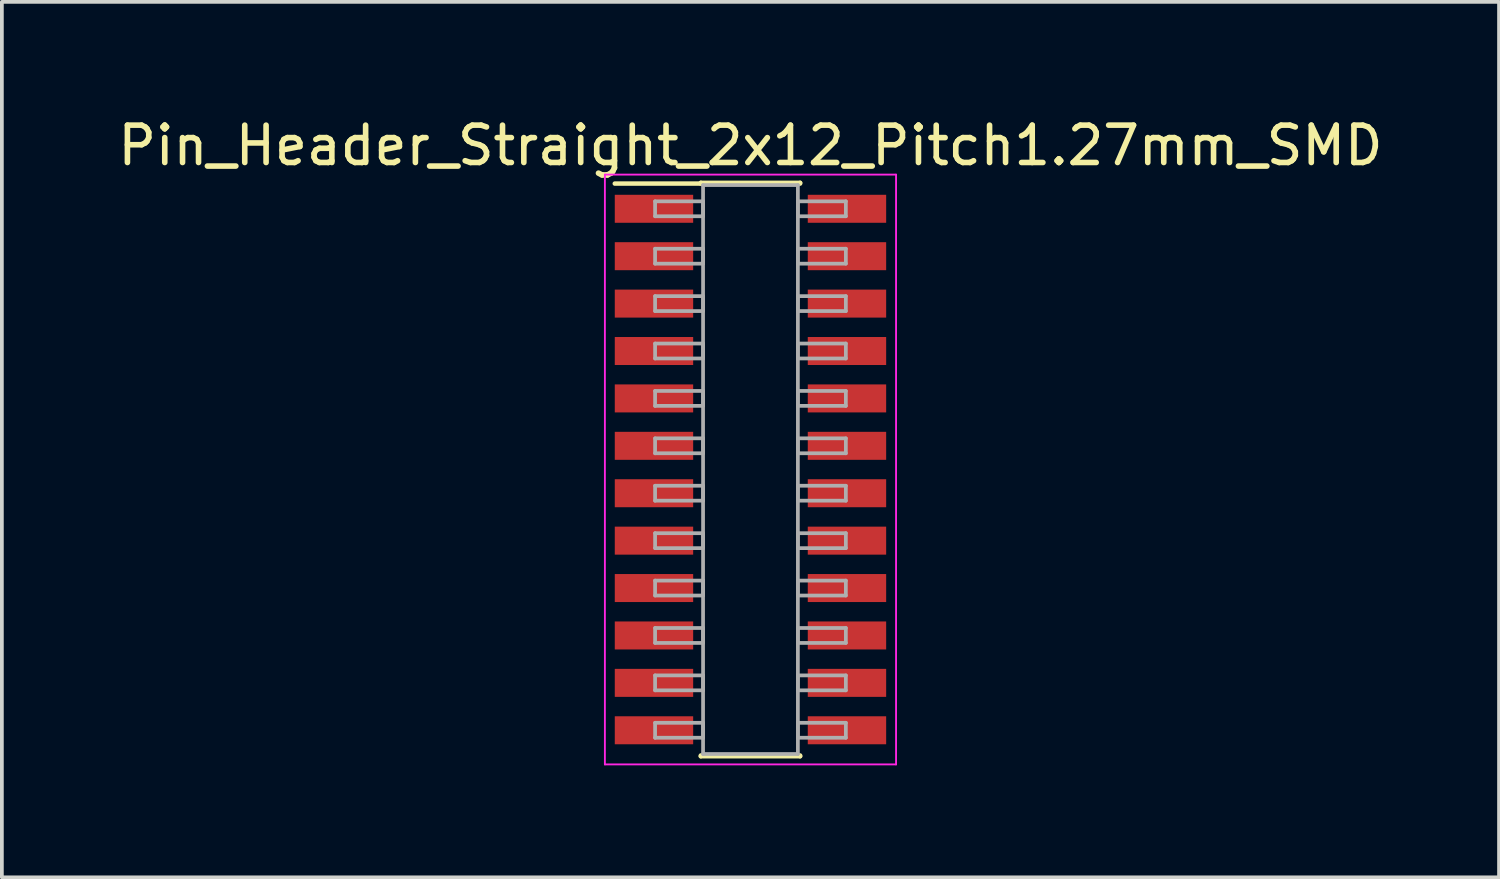
<source format=kicad_pcb>
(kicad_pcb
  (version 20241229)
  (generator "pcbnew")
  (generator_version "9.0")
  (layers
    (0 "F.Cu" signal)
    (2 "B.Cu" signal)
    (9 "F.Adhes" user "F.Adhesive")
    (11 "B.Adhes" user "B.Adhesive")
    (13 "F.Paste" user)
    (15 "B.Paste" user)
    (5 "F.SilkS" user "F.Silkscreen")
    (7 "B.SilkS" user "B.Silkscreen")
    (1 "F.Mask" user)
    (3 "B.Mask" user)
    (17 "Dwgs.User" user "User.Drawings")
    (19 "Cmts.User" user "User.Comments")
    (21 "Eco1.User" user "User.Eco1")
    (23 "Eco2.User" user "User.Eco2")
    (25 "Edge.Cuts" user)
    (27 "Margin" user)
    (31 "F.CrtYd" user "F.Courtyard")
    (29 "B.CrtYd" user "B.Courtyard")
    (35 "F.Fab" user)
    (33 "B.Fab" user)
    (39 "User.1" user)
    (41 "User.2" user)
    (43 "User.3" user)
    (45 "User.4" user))
  (footprint "Pin_Header_Straight_2x12_Pitch1.27mm_SMD"
    (layer "F.Cu")
    (at 17.054 9.528)
    (property "Reference" "Pin_Header_Straight_2x12_Pitch1.27mm_SMD" (at 0 -8.68 0) (layer "F.SilkS") (effects (font (size 1 1) (thickness 0.15))))
    (attr smd)
    (fp_line (start -3.635 -7.66) (end -1.33 -7.66) (stroke (width 0.12) (type solid)) (layer "F.SilkS"))
    (fp_line (start -1.33 -7.68) (end 1.33 -7.68) (stroke (width 0.12) (type solid)) (layer "F.SilkS"))
    (fp_line (start -1.33 -7.66) (end -1.33 -7.68) (stroke (width 0.12) (type solid)) (layer "F.SilkS"))
    (fp_line (start -1.33 7.66) (end -1.33 7.68) (stroke (width 0.12) (type solid)) (layer "F.SilkS"))
    (fp_line (start -1.33 7.68) (end 1.33 7.68) (stroke (width 0.12) (type solid)) (layer "F.SilkS"))
    (fp_line (start 1.33 -7.68) (end 1.33 -7.66) (stroke (width 0.12) (type solid)) (layer "F.SilkS"))
    (fp_line (start 1.33 7.68) (end 1.33 7.66) (stroke (width 0.12) (type solid)) (layer "F.SilkS"))
    (fp_line (start -3.9 -7.9) (end -3.9 7.9) (stroke (width 0.05) (type solid)) (layer "F.CrtYd"))
    (fp_line (start -3.9 7.9) (end 3.9 7.9) (stroke (width 0.05) (type solid)) (layer "F.CrtYd"))
    (fp_line (start 3.9 -7.9) (end -3.9 -7.9) (stroke (width 0.05) (type solid)) (layer "F.CrtYd"))
    (fp_line (start 3.9 7.9) (end 3.9 -7.9) (stroke (width 0.05) (type solid)) (layer "F.CrtYd"))
    (fp_line (start -2.555 -7.185) (end -1.27 -7.185) (stroke (width 0.1) (type solid)) (layer "F.Fab"))
    (fp_line (start -2.555 -6.785) (end -2.555 -7.185) (stroke (width 0.1) (type solid)) (layer "F.Fab"))
    (fp_line (start -2.555 -5.915) (end -1.27 -5.915) (stroke (width 0.1) (type solid)) (layer "F.Fab"))
    (fp_line (start -2.555 -5.515) (end -2.555 -5.915) (stroke (width 0.1) (type solid)) (layer "F.Fab"))
    (fp_line (start -2.555 -4.645) (end -1.27 -4.645) (stroke (width 0.1) (type solid)) (layer "F.Fab"))
    (fp_line (start -2.555 -4.245) (end -2.555 -4.645) (stroke (width 0.1) (type solid)) (layer "F.Fab"))
    (fp_line (start -2.555 -3.375) (end -1.27 -3.375) (stroke (width 0.1) (type solid)) (layer "F.Fab"))
    (fp_line (start -2.555 -2.975) (end -2.555 -3.375) (stroke (width 0.1) (type solid)) (layer "F.Fab"))
    (fp_line (start -2.555 -2.105) (end -1.27 -2.105) (stroke (width 0.1) (type solid)) (layer "F.Fab"))
    (fp_line (start -2.555 -1.705) (end -2.555 -2.105) (stroke (width 0.1) (type solid)) (layer "F.Fab"))
    (fp_line (start -2.555 -0.835) (end -1.27 -0.835) (stroke (width 0.1) (type solid)) (layer "F.Fab"))
    (fp_line (start -2.555 -0.435) (end -2.555 -0.835) (stroke (width 0.1) (type solid)) (layer "F.Fab"))
    (fp_line (start -2.555 0.435) (end -1.27 0.435) (stroke (width 0.1) (type solid)) (layer "F.Fab"))
    (fp_line (start -2.555 0.835) (end -2.555 0.435) (stroke (width 0.1) (type solid)) (layer "F.Fab"))
    (fp_line (start -2.555 1.705) (end -1.27 1.705) (stroke (width 0.1) (type solid)) (layer "F.Fab"))
    (fp_line (start -2.555 2.105) (end -2.555 1.705) (stroke (width 0.1) (type solid)) (layer "F.Fab"))
    (fp_line (start -2.555 2.975) (end -1.27 2.975) (stroke (width 0.1) (type solid)) (layer "F.Fab"))
    (fp_line (start -2.555 3.375) (end -2.555 2.975) (stroke (width 0.1) (type solid)) (layer "F.Fab"))
    (fp_line (start -2.555 4.245) (end -1.27 4.245) (stroke (width 0.1) (type solid)) (layer "F.Fab"))
    (fp_line (start -2.555 4.645) (end -2.555 4.245) (stroke (width 0.1) (type solid)) (layer "F.Fab"))
    (fp_line (start -2.555 5.515) (end -1.27 5.515) (stroke (width 0.1) (type solid)) (layer "F.Fab"))
    (fp_line (start -2.555 5.915) (end -2.555 5.515) (stroke (width 0.1) (type solid)) (layer "F.Fab"))
    (fp_line (start -2.555 6.785) (end -1.27 6.785) (stroke (width 0.1) (type solid)) (layer "F.Fab"))
    (fp_line (start -2.555 7.185) (end -2.555 6.785) (stroke (width 0.1) (type solid)) (layer "F.Fab"))
    (fp_line (start -1.27 -7.62) (end -1.27 7.62) (stroke (width 0.1) (type solid)) (layer "F.Fab"))
    (fp_line (start -1.27 -7.185) (end -1.27 -6.785) (stroke (width 0.1) (type solid)) (layer "F.Fab"))
    (fp_line (start -1.27 -6.785) (end -2.555 -6.785) (stroke (width 0.1) (type solid)) (layer "F.Fab"))
    (fp_line (start -1.27 -5.915) (end -1.27 -5.515) (stroke (width 0.1) (type solid)) (layer "F.Fab"))
    (fp_line (start -1.27 -5.515) (end -2.555 -5.515) (stroke (width 0.1) (type solid)) (layer "F.Fab"))
    (fp_line (start -1.27 -4.645) (end -1.27 -4.245) (stroke (width 0.1) (type solid)) (layer "F.Fab"))
    (fp_line (start -1.27 -4.245) (end -2.555 -4.245) (stroke (width 0.1) (type solid)) (layer "F.Fab"))
    (fp_line (start -1.27 -3.375) (end -1.27 -2.975) (stroke (width 0.1) (type solid)) (layer "F.Fab"))
    (fp_line (start -1.27 -2.975) (end -2.555 -2.975) (stroke (width 0.1) (type solid)) (layer "F.Fab"))
    (fp_line (start -1.27 -2.105) (end -1.27 -1.705) (stroke (width 0.1) (type solid)) (layer "F.Fab"))
    (fp_line (start -1.27 -1.705) (end -2.555 -1.705) (stroke (width 0.1) (type solid)) (layer "F.Fab"))
    (fp_line (start -1.27 -0.835) (end -1.27 -0.435) (stroke (width 0.1) (type solid)) (layer "F.Fab"))
    (fp_line (start -1.27 -0.435) (end -2.555 -0.435) (stroke (width 0.1) (type solid)) (layer "F.Fab"))
    (fp_line (start -1.27 0.435) (end -1.27 0.835) (stroke (width 0.1) (type solid)) (layer "F.Fab"))
    (fp_line (start -1.27 0.835) (end -2.555 0.835) (stroke (width 0.1) (type solid)) (layer "F.Fab"))
    (fp_line (start -1.27 1.705) (end -1.27 2.105) (stroke (width 0.1) (type solid)) (layer "F.Fab"))
    (fp_line (start -1.27 2.105) (end -2.555 2.105) (stroke (width 0.1) (type solid)) (layer "F.Fab"))
    (fp_line (start -1.27 2.975) (end -1.27 3.375) (stroke (width 0.1) (type solid)) (layer "F.Fab"))
    (fp_line (start -1.27 3.375) (end -2.555 3.375) (stroke (width 0.1) (type solid)) (layer "F.Fab"))
    (fp_line (start -1.27 4.245) (end -1.27 4.645) (stroke (width 0.1) (type solid)) (layer "F.Fab"))
    (fp_line (start -1.27 4.645) (end -2.555 4.645) (stroke (width 0.1) (type solid)) (layer "F.Fab"))
    (fp_line (start -1.27 5.515) (end -1.27 5.915) (stroke (width 0.1) (type solid)) (layer "F.Fab"))
    (fp_line (start -1.27 5.915) (end -2.555 5.915) (stroke (width 0.1) (type solid)) (layer "F.Fab"))
    (fp_line (start -1.27 6.785) (end -1.27 7.185) (stroke (width 0.1) (type solid)) (layer "F.Fab"))
    (fp_line (start -1.27 7.185) (end -2.555 7.185) (stroke (width 0.1) (type solid)) (layer "F.Fab"))
    (fp_line (start -1.27 7.62) (end 1.27 7.62) (stroke (width 0.1) (type solid)) (layer "F.Fab"))
    (fp_line (start 1.27 -7.62) (end -1.27 -7.62) (stroke (width 0.1) (type solid)) (layer "F.Fab"))
    (fp_line (start 1.27 -7.185) (end 1.27 -6.785) (stroke (width 0.1) (type solid)) (layer "F.Fab"))
    (fp_line (start 1.27 -6.785) (end 2.555 -6.785) (stroke (width 0.1) (type solid)) (layer "F.Fab"))
    (fp_line (start 1.27 -5.915) (end 1.27 -5.515) (stroke (width 0.1) (type solid)) (layer "F.Fab"))
    (fp_line (start 1.27 -5.515) (end 2.555 -5.515) (stroke (width 0.1) (type solid)) (layer "F.Fab"))
    (fp_line (start 1.27 -4.645) (end 1.27 -4.245) (stroke (width 0.1) (type solid)) (layer "F.Fab"))
    (fp_line (start 1.27 -4.245) (end 2.555 -4.245) (stroke (width 0.1) (type solid)) (layer "F.Fab"))
    (fp_line (start 1.27 -3.375) (end 1.27 -2.975) (stroke (width 0.1) (type solid)) (layer "F.Fab"))
    (fp_line (start 1.27 -2.975) (end 2.555 -2.975) (stroke (width 0.1) (type solid)) (layer "F.Fab"))
    (fp_line (start 1.27 -2.105) (end 1.27 -1.705) (stroke (width 0.1) (type solid)) (layer "F.Fab"))
    (fp_line (start 1.27 -1.705) (end 2.555 -1.705) (stroke (width 0.1) (type solid)) (layer "F.Fab"))
    (fp_line (start 1.27 -0.835) (end 1.27 -0.435) (stroke (width 0.1) (type solid)) (layer "F.Fab"))
    (fp_line (start 1.27 -0.435) (end 2.555 -0.435) (stroke (width 0.1) (type solid)) (layer "F.Fab"))
    (fp_line (start 1.27 0.435) (end 1.27 0.835) (stroke (width 0.1) (type solid)) (layer "F.Fab"))
    (fp_line (start 1.27 0.835) (end 2.555 0.835) (stroke (width 0.1) (type solid)) (layer "F.Fab"))
    (fp_line (start 1.27 1.705) (end 1.27 2.105) (stroke (width 0.1) (type solid)) (layer "F.Fab"))
    (fp_line (start 1.27 2.105) (end 2.555 2.105) (stroke (width 0.1) (type solid)) (layer "F.Fab"))
    (fp_line (start 1.27 2.975) (end 1.27 3.375) (stroke (width 0.1) (type solid)) (layer "F.Fab"))
    (fp_line (start 1.27 3.375) (end 2.555 3.375) (stroke (width 0.1) (type solid)) (layer "F.Fab"))
    (fp_line (start 1.27 4.245) (end 1.27 4.645) (stroke (width 0.1) (type solid)) (layer "F.Fab"))
    (fp_line (start 1.27 4.645) (end 2.555 4.645) (stroke (width 0.1) (type solid)) (layer "F.Fab"))
    (fp_line (start 1.27 5.515) (end 1.27 5.915) (stroke (width 0.1) (type solid)) (layer "F.Fab"))
    (fp_line (start 1.27 5.915) (end 2.555 5.915) (stroke (width 0.1) (type solid)) (layer "F.Fab"))
    (fp_line (start 1.27 6.785) (end 1.27 7.185) (stroke (width 0.1) (type solid)) (layer "F.Fab"))
    (fp_line (start 1.27 7.185) (end 2.555 7.185) (stroke (width 0.1) (type solid)) (layer "F.Fab"))
    (fp_line (start 1.27 7.62) (end 1.27 -7.62) (stroke (width 0.1) (type solid)) (layer "F.Fab"))
    (fp_line (start 2.555 -7.185) (end 1.27 -7.185) (stroke (width 0.1) (type solid)) (layer "F.Fab"))
    (fp_line (start 2.555 -6.785) (end 2.555 -7.185) (stroke (width 0.1) (type solid)) (layer "F.Fab"))
    (fp_line (start 2.555 -5.915) (end 1.27 -5.915) (stroke (width 0.1) (type solid)) (layer "F.Fab"))
    (fp_line (start 2.555 -5.515) (end 2.555 -5.915) (stroke (width 0.1) (type solid)) (layer "F.Fab"))
    (fp_line (start 2.555 -4.645) (end 1.27 -4.645) (stroke (width 0.1) (type solid)) (layer "F.Fab"))
    (fp_line (start 2.555 -4.245) (end 2.555 -4.645) (stroke (width 0.1) (type solid)) (layer "F.Fab"))
    (fp_line (start 2.555 -3.375) (end 1.27 -3.375) (stroke (width 0.1) (type solid)) (layer "F.Fab"))
    (fp_line (start 2.555 -2.975) (end 2.555 -3.375) (stroke (width 0.1) (type solid)) (layer "F.Fab"))
    (fp_line (start 2.555 -2.105) (end 1.27 -2.105) (stroke (width 0.1) (type solid)) (layer "F.Fab"))
    (fp_line (start 2.555 -1.705) (end 2.555 -2.105) (stroke (width 0.1) (type solid)) (layer "F.Fab"))
    (fp_line (start 2.555 -0.835) (end 1.27 -0.835) (stroke (width 0.1) (type solid)) (layer "F.Fab"))
    (fp_line (start 2.555 -0.435) (end 2.555 -0.835) (stroke (width 0.1) (type solid)) (layer "F.Fab"))
    (fp_line (start 2.555 0.435) (end 1.27 0.435) (stroke (width 0.1) (type solid)) (layer "F.Fab"))
    (fp_line (start 2.555 0.835) (end 2.555 0.435) (stroke (width 0.1) (type solid)) (layer "F.Fab"))
    (fp_line (start 2.555 1.705) (end 1.27 1.705) (stroke (width 0.1) (type solid)) (layer "F.Fab"))
    (fp_line (start 2.555 2.105) (end 2.555 1.705) (stroke (width 0.1) (type solid)) (layer "F.Fab"))
    (fp_line (start 2.555 2.975) (end 1.27 2.975) (stroke (width 0.1) (type solid)) (layer "F.Fab"))
    (fp_line (start 2.555 3.375) (end 2.555 2.975) (stroke (width 0.1) (type solid)) (layer "F.Fab"))
    (fp_line (start 2.555 4.245) (end 1.27 4.245) (stroke (width 0.1) (type solid)) (layer "F.Fab"))
    (fp_line (start 2.555 4.645) (end 2.555 4.245) (stroke (width 0.1) (type solid)) (layer "F.Fab"))
    (fp_line (start 2.555 5.515) (end 1.27 5.515) (stroke (width 0.1) (type solid)) (layer "F.Fab"))
    (fp_line (start 2.555 5.915) (end 2.555 5.515) (stroke (width 0.1) (type solid)) (layer "F.Fab"))
    (fp_line (start 2.555 6.785) (end 1.27 6.785) (stroke (width 0.1) (type solid)) (layer "F.Fab"))
    (fp_line (start 2.555 7.185) (end 2.555 6.785) (stroke (width 0.1) (type solid)) (layer "F.Fab"))
    (pad "1" smd rect (at -2.585 -6.985) (size 2.1 0.75) (layers "F.Cu" "F.Mask"))
    (pad "2" smd rect (at 2.585 -6.985) (size 2.1 0.75) (layers "F.Cu" "F.Mask"))
    (pad "3" smd rect (at -2.585 -5.715) (size 2.1 0.75) (layers "F.Cu" "F.Mask"))
    (pad "4" smd rect (at 2.585 -5.715) (size 2.1 0.75) (layers "F.Cu" "F.Mask"))
    (pad "5" smd rect (at -2.585 -4.445) (size 2.1 0.75) (layers "F.Cu" "F.Mask"))
    (pad "6" smd rect (at 2.585 -4.445) (size 2.1 0.75) (layers "F.Cu" "F.Mask"))
    (pad "7" smd rect (at -2.585 -3.175) (size 2.1 0.75) (layers "F.Cu" "F.Mask"))
    (pad "8" smd rect (at 2.585 -3.175) (size 2.1 0.75) (layers "F.Cu" "F.Mask"))
    (pad "9" smd rect (at -2.585 -1.905) (size 2.1 0.75) (layers "F.Cu" "F.Mask"))
    (pad "10" smd rect (at 2.585 -1.905) (size 2.1 0.75) (layers "F.Cu" "F.Mask"))
    (pad "11" smd rect (at -2.585 -0.635) (size 2.1 0.75) (layers "F.Cu" "F.Mask"))
    (pad "12" smd rect (at 2.585 -0.635) (size 2.1 0.75) (layers "F.Cu" "F.Mask"))
    (pad "13" smd rect (at -2.585 0.635) (size 2.1 0.75) (layers "F.Cu" "F.Mask"))
    (pad "14" smd rect (at 2.585 0.635) (size 2.1 0.75) (layers "F.Cu" "F.Mask"))
    (pad "15" smd rect (at -2.585 1.905) (size 2.1 0.75) (layers "F.Cu" "F.Mask"))
    (pad "16" smd rect (at 2.585 1.905) (size 2.1 0.75) (layers "F.Cu" "F.Mask"))
    (pad "17" smd rect (at -2.585 3.175) (size 2.1 0.75) (layers "F.Cu" "F.Mask"))
    (pad "18" smd rect (at 2.585 3.175) (size 2.1 0.75) (layers "F.Cu" "F.Mask"))
    (pad "19" smd rect (at -2.585 4.445) (size 2.1 0.75) (layers "F.Cu" "F.Mask"))
    (pad "20" smd rect (at 2.585 4.445) (size 2.1 0.75) (layers "F.Cu" "F.Mask"))
    (pad "21" smd rect (at -2.585 5.715) (size 2.1 0.75) (layers "F.Cu" "F.Mask"))
    (pad "22" smd rect (at 2.585 5.715) (size 2.1 0.75) (layers "F.Cu" "F.Mask"))
    (pad "23" smd rect (at -2.585 6.985) (size 2.1 0.75) (layers "F.Cu" "F.Mask"))
    (pad "24" smd rect (at 2.585 6.985) (size 2.1 0.75) (layers "F.Cu" "F.Mask")))
  (gr_rect
    (start -3 -3)
    (end 37.107 20.453)
    (stroke (width 0.1) (type default))
    (fill no)
    (layer "Edge.Cuts")))
</source>
